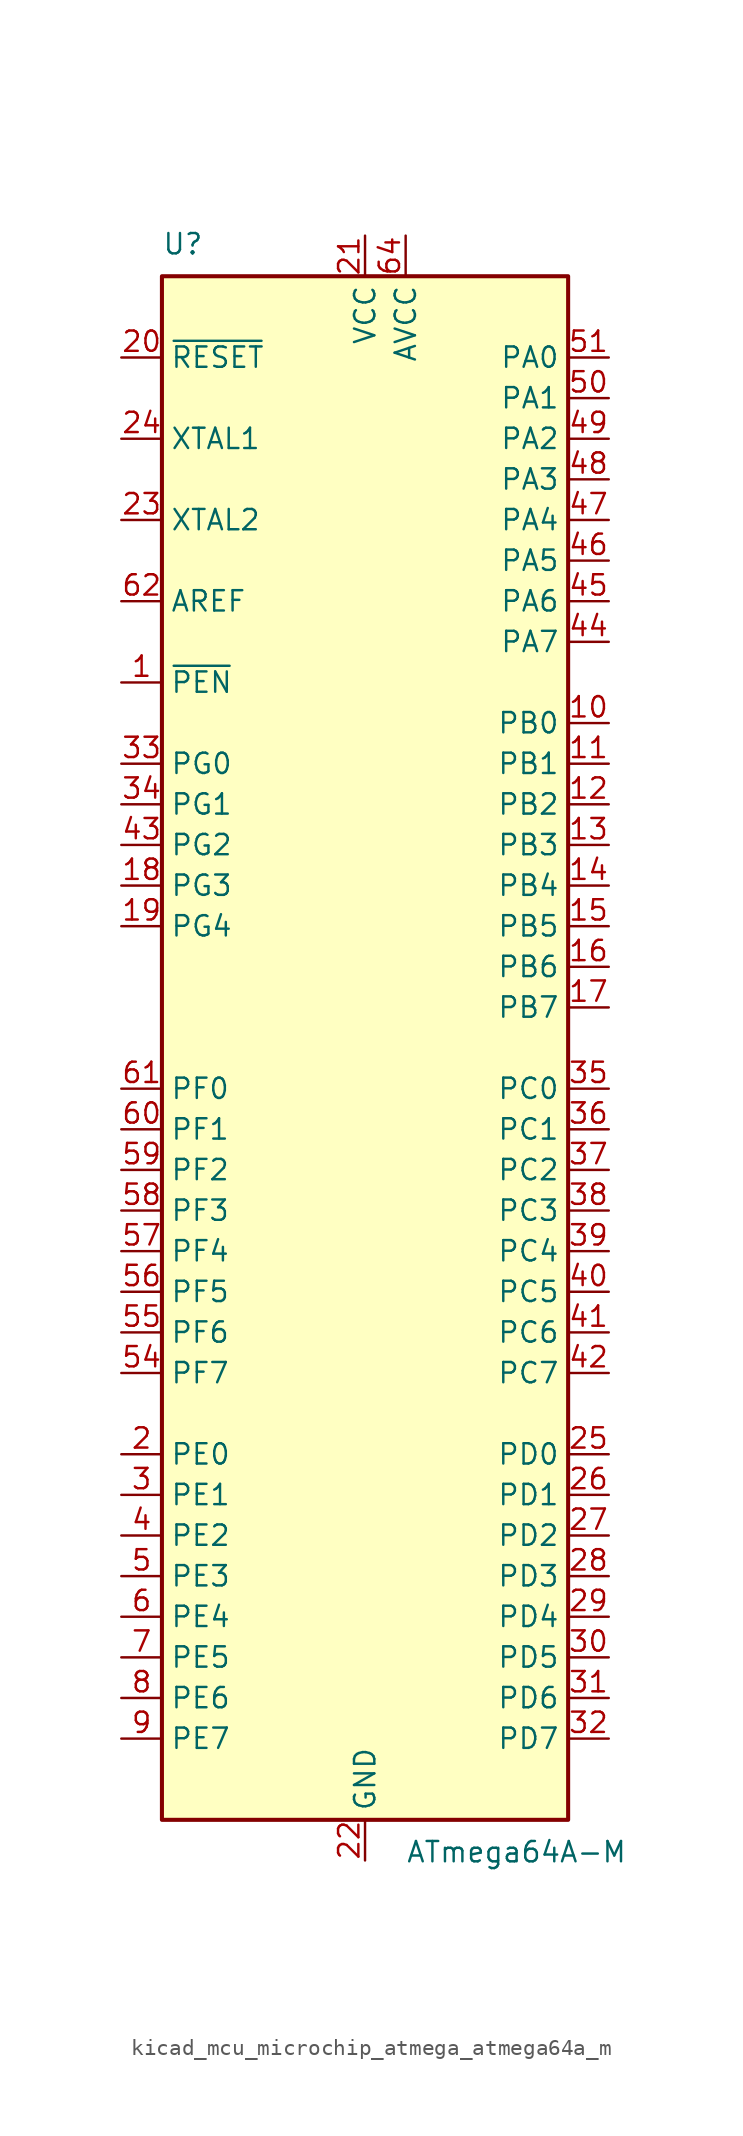
<source format=kicad_sym>
(kicad_symbol_lib
  (version 20220914)
  (generator kicad_symbol_editor)
  (symbol "kicad_mcu_microchip_atmega_atmega64a_m"
    (property "Reference" "U"
      (at -12.7 49.53 0)
      (effects (font (size 1.27 1.27)) (justify left bottom)))
    (property "Value" "ATmega64A-M"
      (at 2.54 -49.53 0)
      (effects (font (size 1.27 1.27)) (justify left top)))
    (symbol "kicad_mcu_microchip_atmega_atmega64a_m_0_1"
      (rectangle (start -12.7 -48.26) (end 12.7 48.26) (stroke (width 0.254) (type default)) (fill (type background))))
    (symbol "kicad_mcu_microchip_atmega_atmega64a_m_1_1"
      (pin input line (at -15.24 22.86 0) (length 2.54) (name "~{PEN}" (effects (font (size 1.27 1.27)))) (number "1" (effects (font (size 1.27 1.27)))))
      (pin bidirectional line (at 15.24 20.32 180) (length 2.54) (name "PB0" (effects (font (size 1.27 1.27)))) (number "10" (effects (font (size 1.27 1.27)))))
      (pin bidirectional line (at 15.24 17.78 180) (length 2.54) (name "PB1" (effects (font (size 1.27 1.27)))) (number "11" (effects (font (size 1.27 1.27)))))
      (pin bidirectional line (at 15.24 15.24 180) (length 2.54) (name "PB2" (effects (font (size 1.27 1.27)))) (number "12" (effects (font (size 1.27 1.27)))))
      (pin bidirectional line (at 15.24 12.7 180) (length 2.54) (name "PB3" (effects (font (size 1.27 1.27)))) (number "13" (effects (font (size 1.27 1.27)))))
      (pin bidirectional line (at 15.24 10.16 180) (length 2.54) (name "PB4" (effects (font (size 1.27 1.27)))) (number "14" (effects (font (size 1.27 1.27)))))
      (pin bidirectional line (at 15.24 7.62 180) (length 2.54) (name "PB5" (effects (font (size 1.27 1.27)))) (number "15" (effects (font (size 1.27 1.27)))))
      (pin bidirectional line (at 15.24 5.08 180) (length 2.54) (name "PB6" (effects (font (size 1.27 1.27)))) (number "16" (effects (font (size 1.27 1.27)))))
      (pin bidirectional line (at 15.24 2.54 180) (length 2.54) (name "PB7" (effects (font (size 1.27 1.27)))) (number "17" (effects (font (size 1.27 1.27)))))
      (pin bidirectional line (at -15.24 10.16 0) (length 2.54) (name "PG3" (effects (font (size 1.27 1.27)))) (number "18" (effects (font (size 1.27 1.27)))))
      (pin bidirectional line (at -15.24 7.62 0) (length 2.54) (name "PG4" (effects (font (size 1.27 1.27)))) (number "19" (effects (font (size 1.27 1.27)))))
      (pin bidirectional line (at -15.24 -25.4 0) (length 2.54) (name "PE0" (effects (font (size 1.27 1.27)))) (number "2" (effects (font (size 1.27 1.27)))))
      (pin input line (at -15.24 43.18 0) (length 2.54) (name "~{RESET}" (effects (font (size 1.27 1.27)))) (number "20" (effects (font (size 1.27 1.27)))))
      (pin power_in line (at 0 50.8 270) (length 2.54) (name "VCC" (effects (font (size 1.27 1.27)))) (number "21" (effects (font (size 1.27 1.27)))))
      (pin power_in line (at 0 -50.8 90) (length 2.54) (name "GND" (effects (font (size 1.27 1.27)))) (number "22" (effects (font (size 1.27 1.27)))))
      (pin output line (at -15.24 33.02 0) (length 2.54) (name "XTAL2" (effects (font (size 1.27 1.27)))) (number "23" (effects (font (size 1.27 1.27)))))
      (pin input line (at -15.24 38.1 0) (length 2.54) (name "XTAL1" (effects (font (size 1.27 1.27)))) (number "24" (effects (font (size 1.27 1.27)))))
      (pin bidirectional line (at 15.24 -25.4 180) (length 2.54) (name "PD0" (effects (font (size 1.27 1.27)))) (number "25" (effects (font (size 1.27 1.27)))))
      (pin bidirectional line (at 15.24 -27.94 180) (length 2.54) (name "PD1" (effects (font (size 1.27 1.27)))) (number "26" (effects (font (size 1.27 1.27)))))
      (pin bidirectional line (at 15.24 -30.48 180) (length 2.54) (name "PD2" (effects (font (size 1.27 1.27)))) (number "27" (effects (font (size 1.27 1.27)))))
      (pin bidirectional line (at 15.24 -33.02 180) (length 2.54) (name "PD3" (effects (font (size 1.27 1.27)))) (number "28" (effects (font (size 1.27 1.27)))))
      (pin bidirectional line (at 15.24 -35.56 180) (length 2.54) (name "PD4" (effects (font (size 1.27 1.27)))) (number "29" (effects (font (size 1.27 1.27)))))
      (pin bidirectional line (at -15.24 -27.94 0) (length 2.54) (name "PE1" (effects (font (size 1.27 1.27)))) (number "3" (effects (font (size 1.27 1.27)))))
      (pin bidirectional line (at 15.24 -38.1 180) (length 2.54) (name "PD5" (effects (font (size 1.27 1.27)))) (number "30" (effects (font (size 1.27 1.27)))))
      (pin bidirectional line (at 15.24 -40.64 180) (length 2.54) (name "PD6" (effects (font (size 1.27 1.27)))) (number "31" (effects (font (size 1.27 1.27)))))
      (pin bidirectional line (at 15.24 -43.18 180) (length 2.54) (name "PD7" (effects (font (size 1.27 1.27)))) (number "32" (effects (font (size 1.27 1.27)))))
      (pin bidirectional line (at -15.24 17.78 0) (length 2.54) (name "PG0" (effects (font (size 1.27 1.27)))) (number "33" (effects (font (size 1.27 1.27)))))
      (pin bidirectional line (at -15.24 15.24 0) (length 2.54) (name "PG1" (effects (font (size 1.27 1.27)))) (number "34" (effects (font (size 1.27 1.27)))))
      (pin bidirectional line (at 15.24 -2.54 180) (length 2.54) (name "PC0" (effects (font (size 1.27 1.27)))) (number "35" (effects (font (size 1.27 1.27)))))
      (pin bidirectional line (at 15.24 -5.08 180) (length 2.54) (name "PC1" (effects (font (size 1.27 1.27)))) (number "36" (effects (font (size 1.27 1.27)))))
      (pin bidirectional line (at 15.24 -7.62 180) (length 2.54) (name "PC2" (effects (font (size 1.27 1.27)))) (number "37" (effects (font (size 1.27 1.27)))))
      (pin bidirectional line (at 15.24 -10.16 180) (length 2.54) (name "PC3" (effects (font (size 1.27 1.27)))) (number "38" (effects (font (size 1.27 1.27)))))
      (pin bidirectional line (at 15.24 -12.7 180) (length 2.54) (name "PC4" (effects (font (size 1.27 1.27)))) (number "39" (effects (font (size 1.27 1.27)))))
      (pin bidirectional line (at -15.24 -30.48 0) (length 2.54) (name "PE2" (effects (font (size 1.27 1.27)))) (number "4" (effects (font (size 1.27 1.27)))))
      (pin bidirectional line (at 15.24 -15.24 180) (length 2.54) (name "PC5" (effects (font (size 1.27 1.27)))) (number "40" (effects (font (size 1.27 1.27)))))
      (pin bidirectional line (at 15.24 -17.78 180) (length 2.54) (name "PC6" (effects (font (size 1.27 1.27)))) (number "41" (effects (font (size 1.27 1.27)))))
      (pin bidirectional line (at 15.24 -20.32 180) (length 2.54) (name "PC7" (effects (font (size 1.27 1.27)))) (number "42" (effects (font (size 1.27 1.27)))))
      (pin bidirectional line (at -15.24 12.7 0) (length 2.54) (name "PG2" (effects (font (size 1.27 1.27)))) (number "43" (effects (font (size 1.27 1.27)))))
      (pin bidirectional line (at 15.24 25.4 180) (length 2.54) (name "PA7" (effects (font (size 1.27 1.27)))) (number "44" (effects (font (size 1.27 1.27)))))
      (pin bidirectional line (at 15.24 27.94 180) (length 2.54) (name "PA6" (effects (font (size 1.27 1.27)))) (number "45" (effects (font (size 1.27 1.27)))))
      (pin bidirectional line (at 15.24 30.48 180) (length 2.54) (name "PA5" (effects (font (size 1.27 1.27)))) (number "46" (effects (font (size 1.27 1.27)))))
      (pin bidirectional line (at 15.24 33.02 180) (length 2.54) (name "PA4" (effects (font (size 1.27 1.27)))) (number "47" (effects (font (size 1.27 1.27)))))
      (pin bidirectional line (at 15.24 35.56 180) (length 2.54) (name "PA3" (effects (font (size 1.27 1.27)))) (number "48" (effects (font (size 1.27 1.27)))))
      (pin bidirectional line (at 15.24 38.1 180) (length 2.54) (name "PA2" (effects (font (size 1.27 1.27)))) (number "49" (effects (font (size 1.27 1.27)))))
      (pin bidirectional line (at -15.24 -33.02 0) (length 2.54) (name "PE3" (effects (font (size 1.27 1.27)))) (number "5" (effects (font (size 1.27 1.27)))))
      (pin bidirectional line (at 15.24 40.64 180) (length 2.54) (name "PA1" (effects (font (size 1.27 1.27)))) (number "50" (effects (font (size 1.27 1.27)))))
      (pin bidirectional line (at 15.24 43.18 180) (length 2.54) (name "PA0" (effects (font (size 1.27 1.27)))) (number "51" (effects (font (size 1.27 1.27)))))
      (pin passive line (at 0 50.8 270) (length 2.54) hide (name "VCC" (effects (font (size 1.27 1.27)))) (number "52" (effects (font (size 1.27 1.27)))))
      (pin passive line (at 0 -50.8 90) (length 2.54) hide (name "GND" (effects (font (size 1.27 1.27)))) (number "53" (effects (font (size 1.27 1.27)))))
      (pin bidirectional line (at -15.24 -20.32 0) (length 2.54) (name "PF7" (effects (font (size 1.27 1.27)))) (number "54" (effects (font (size 1.27 1.27)))))
      (pin bidirectional line (at -15.24 -17.78 0) (length 2.54) (name "PF6" (effects (font (size 1.27 1.27)))) (number "55" (effects (font (size 1.27 1.27)))))
      (pin bidirectional line (at -15.24 -15.24 0) (length 2.54) (name "PF5" (effects (font (size 1.27 1.27)))) (number "56" (effects (font (size 1.27 1.27)))))
      (pin bidirectional line (at -15.24 -12.7 0) (length 2.54) (name "PF4" (effects (font (size 1.27 1.27)))) (number "57" (effects (font (size 1.27 1.27)))))
      (pin bidirectional line (at -15.24 -10.16 0) (length 2.54) (name "PF3" (effects (font (size 1.27 1.27)))) (number "58" (effects (font (size 1.27 1.27)))))
      (pin bidirectional line (at -15.24 -7.62 0) (length 2.54) (name "PF2" (effects (font (size 1.27 1.27)))) (number "59" (effects (font (size 1.27 1.27)))))
      (pin bidirectional line (at -15.24 -35.56 0) (length 2.54) (name "PE4" (effects (font (size 1.27 1.27)))) (number "6" (effects (font (size 1.27 1.27)))))
      (pin bidirectional line (at -15.24 -5.08 0) (length 2.54) (name "PF1" (effects (font (size 1.27 1.27)))) (number "60" (effects (font (size 1.27 1.27)))))
      (pin bidirectional line (at -15.24 -2.54 0) (length 2.54) (name "PF0" (effects (font (size 1.27 1.27)))) (number "61" (effects (font (size 1.27 1.27)))))
      (pin passive line (at -15.24 27.94 0) (length 2.54) (name "AREF" (effects (font (size 1.27 1.27)))) (number "62" (effects (font (size 1.27 1.27)))))
      (pin passive line (at 0 -50.8 90) (length 2.54) hide (name "GND" (effects (font (size 1.27 1.27)))) (number "63" (effects (font (size 1.27 1.27)))))
      (pin power_in line (at 2.54 50.8 270) (length 2.54) (name "AVCC" (effects (font (size 1.27 1.27)))) (number "64" (effects (font (size 1.27 1.27)))))
      (pin passive line (at 0 -50.8 90) (length 2.54) hide (name "GND" (effects (font (size 1.27 1.27)))) (number "65" (effects (font (size 1.27 1.27)))))
      (pin bidirectional line (at -15.24 -38.1 0) (length 2.54) (name "PE5" (effects (font (size 1.27 1.27)))) (number "7" (effects (font (size 1.27 1.27)))))
      (pin bidirectional line (at -15.24 -40.64 0) (length 2.54) (name "PE6" (effects (font (size 1.27 1.27)))) (number "8" (effects (font (size 1.27 1.27)))))
      (pin bidirectional line (at -15.24 -43.18 0) (length 2.54) (name "PE7" (effects (font (size 1.27 1.27)))) (number "9" (effects (font (size 1.27 1.27))))))))
</source>
